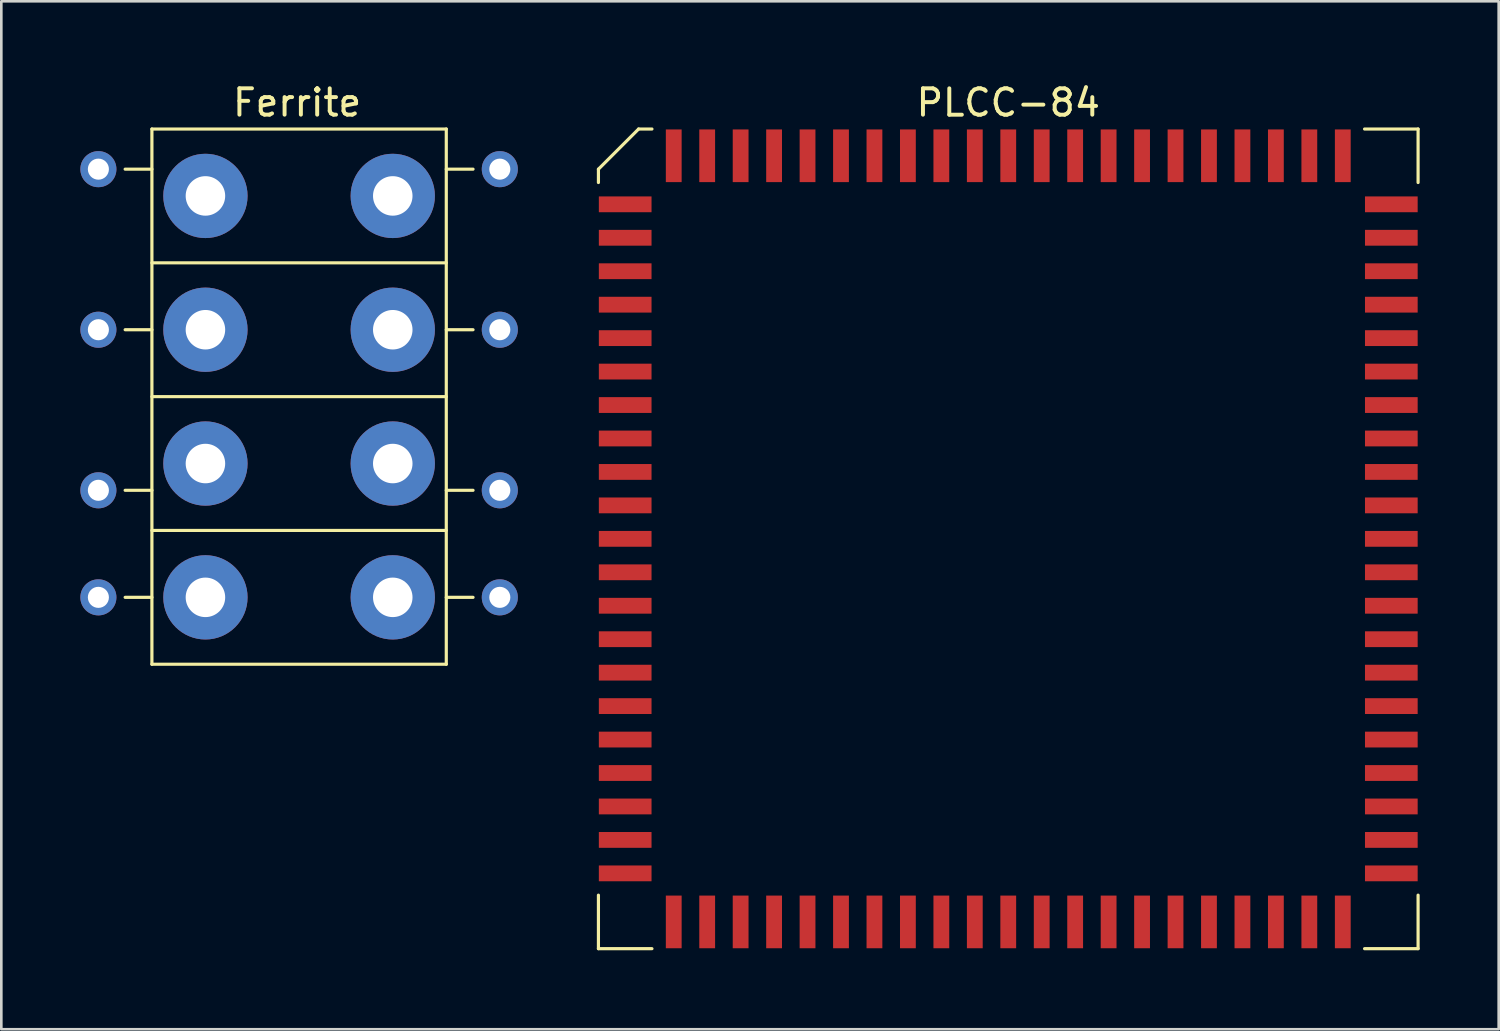
<source format=kicad_pcb>
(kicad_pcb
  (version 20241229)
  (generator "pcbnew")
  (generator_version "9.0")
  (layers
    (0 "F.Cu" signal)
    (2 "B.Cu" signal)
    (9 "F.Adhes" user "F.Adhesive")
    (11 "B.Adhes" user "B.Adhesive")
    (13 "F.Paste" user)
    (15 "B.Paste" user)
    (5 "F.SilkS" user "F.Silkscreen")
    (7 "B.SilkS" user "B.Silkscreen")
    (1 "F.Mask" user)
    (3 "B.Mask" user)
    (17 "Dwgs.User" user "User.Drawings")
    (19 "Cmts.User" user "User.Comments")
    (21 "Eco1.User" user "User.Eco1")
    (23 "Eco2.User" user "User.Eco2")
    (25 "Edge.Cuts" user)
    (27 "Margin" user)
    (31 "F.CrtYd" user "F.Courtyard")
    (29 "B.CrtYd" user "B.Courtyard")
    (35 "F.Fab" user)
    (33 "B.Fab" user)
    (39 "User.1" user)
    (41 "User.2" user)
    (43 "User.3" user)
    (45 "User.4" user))
  (footprint "PLCC-84"
    (layer "F.Cu")
    (at 35.228 17.407)
    (property "Reference" "PLCC-84" (at 0 -16.558 0) (layer "F.SilkS") (effects (font (size 1 1) (thickness 0.15))))
    (attr smd)
    (fp_line (start -15.559 -14.034) (end -14.034 -15.559) (stroke (width 0.12) (type solid)) (layer "F.SilkS"))
    (fp_line (start -15.559 -13.527) (end -15.559 -14.034) (stroke (width 0.12) (type solid)) (layer "F.SilkS"))
    (fp_line (start -15.559 15.559) (end -15.559 13.527) (stroke (width 0.12) (type solid)) (layer "F.SilkS"))
    (fp_line (start -14.034 -15.559) (end -13.527 -15.559) (stroke (width 0.12) (type solid)) (layer "F.SilkS"))
    (fp_line (start -13.527 15.559) (end -15.559 15.559) (stroke (width 0.12) (type solid)) (layer "F.SilkS"))
    (fp_line (start 13.527 -15.559) (end 15.559 -15.559) (stroke (width 0.12) (type solid)) (layer "F.SilkS"))
    (fp_line (start 15.559 -15.559) (end 15.559 -13.527) (stroke (width 0.12) (type solid)) (layer "F.SilkS"))
    (fp_line (start 15.559 13.527) (end 15.559 15.559) (stroke (width 0.12) (type solid)) (layer "F.SilkS"))
    (fp_line (start 15.559 15.559) (end 13.527 15.559) (stroke (width 0.12) (type solid)) (layer "F.SilkS"))
    (pad "1" smd rect (at 0 -14.543) (size 0.6 2) (layers "F.Cu" "F.Mask" "F.Paste"))
    (pad "2" smd rect (at -1.27 -14.543) (size 0.6 2) (layers "F.Cu" "F.Mask" "F.Paste"))
    (pad "3" smd rect (at -2.54 -14.543) (size 0.6 2) (layers "F.Cu" "F.Mask" "F.Paste"))
    (pad "4" smd rect (at -3.81 -14.543) (size 0.6 2) (layers "F.Cu" "F.Mask" "F.Paste"))
    (pad "5" smd rect (at -5.08 -14.543) (size 0.6 2) (layers "F.Cu" "F.Mask" "F.Paste"))
    (pad "6" smd rect (at -6.35 -14.543) (size 0.6 2) (layers "F.Cu" "F.Mask" "F.Paste"))
    (pad "7" smd rect (at -7.62 -14.543) (size 0.6 2) (layers "F.Cu" "F.Mask" "F.Paste"))
    (pad "8" smd rect (at -8.89 -14.543) (size 0.6 2) (layers "F.Cu" "F.Mask" "F.Paste"))
    (pad "9" smd rect (at -10.16 -14.543) (size 0.6 2) (layers "F.Cu" "F.Mask" "F.Paste"))
    (pad "10" smd rect (at -11.43 -14.543) (size 0.6 2) (layers "F.Cu" "F.Mask" "F.Paste"))
    (pad "11" smd rect (at -12.7 -14.543) (size 0.6 2) (layers "F.Cu" "F.Mask" "F.Paste"))
    (pad "12" smd rect (at -14.543 -12.7) (size 2 0.6) (layers "F.Cu" "F.Mask" "F.Paste"))
    (pad "13" smd rect (at -14.543 -11.43) (size 2 0.6) (layers "F.Cu" "F.Mask" "F.Paste"))
    (pad "14" smd rect (at -14.543 -10.16) (size 2 0.6) (layers "F.Cu" "F.Mask" "F.Paste"))
    (pad "15" smd rect (at -14.543 -8.89) (size 2 0.6) (layers "F.Cu" "F.Mask" "F.Paste"))
    (pad "16" smd rect (at -14.543 -7.62) (size 2 0.6) (layers "F.Cu" "F.Mask" "F.Paste"))
    (pad "17" smd rect (at -14.543 -6.35) (size 2 0.6) (layers "F.Cu" "F.Mask" "F.Paste"))
    (pad "18" smd rect (at -14.543 -5.08) (size 2 0.6) (layers "F.Cu" "F.Mask" "F.Paste"))
    (pad "19" smd rect (at -14.543 -3.81) (size 2 0.6) (layers "F.Cu" "F.Mask" "F.Paste"))
    (pad "20" smd rect (at -14.543 -2.54) (size 2 0.6) (layers "F.Cu" "F.Mask" "F.Paste"))
    (pad "21" smd rect (at -14.543 -1.27) (size 2 0.6) (layers "F.Cu" "F.Mask" "F.Paste"))
    (pad "22" smd rect (at -14.543 0) (size 2 0.6) (layers "F.Cu" "F.Mask" "F.Paste"))
    (pad "23" smd rect (at -14.543 1.27) (size 2 0.6) (layers "F.Cu" "F.Mask" "F.Paste"))
    (pad "24" smd rect (at -14.543 2.54) (size 2 0.6) (layers "F.Cu" "F.Mask" "F.Paste"))
    (pad "25" smd rect (at -14.543 3.81) (size 2 0.6) (layers "F.Cu" "F.Mask" "F.Paste"))
    (pad "26" smd rect (at -14.543 5.08) (size 2 0.6) (layers "F.Cu" "F.Mask" "F.Paste"))
    (pad "27" smd rect (at -14.543 6.35) (size 2 0.6) (layers "F.Cu" "F.Mask" "F.Paste"))
    (pad "28" smd rect (at -14.543 7.62) (size 2 0.6) (layers "F.Cu" "F.Mask" "F.Paste"))
    (pad "29" smd rect (at -14.543 8.89) (size 2 0.6) (layers "F.Cu" "F.Mask" "F.Paste"))
    (pad "30" smd rect (at -14.543 10.16) (size 2 0.6) (layers "F.Cu" "F.Mask" "F.Paste"))
    (pad "31" smd rect (at -14.543 11.43) (size 2 0.6) (layers "F.Cu" "F.Mask" "F.Paste"))
    (pad "32" smd rect (at -14.543 12.7) (size 2 0.6) (layers "F.Cu" "F.Mask" "F.Paste"))
    (pad "33" smd rect (at -12.7 14.543) (size 0.6 2) (layers "F.Cu" "F.Mask" "F.Paste"))
    (pad "34" smd rect (at -11.43 14.543) (size 0.6 2) (layers "F.Cu" "F.Mask" "F.Paste"))
    (pad "35" smd rect (at -10.16 14.543) (size 0.6 2) (layers "F.Cu" "F.Mask" "F.Paste"))
    (pad "36" smd rect (at -8.89 14.543) (size 0.6 2) (layers "F.Cu" "F.Mask" "F.Paste"))
    (pad "37" smd rect (at -7.62 14.543) (size 0.6 2) (layers "F.Cu" "F.Mask" "F.Paste"))
    (pad "38" smd rect (at -6.35 14.543) (size 0.6 2) (layers "F.Cu" "F.Mask" "F.Paste"))
    (pad "39" smd rect (at -5.08 14.543) (size 0.6 2) (layers "F.Cu" "F.Mask" "F.Paste"))
    (pad "40" smd rect (at -3.81 14.543) (size 0.6 2) (layers "F.Cu" "F.Mask" "F.Paste"))
    (pad "41" smd rect (at -2.54 14.543) (size 0.6 2) (layers "F.Cu" "F.Mask" "F.Paste"))
    (pad "42" smd rect (at -1.27 14.543) (size 0.6 2) (layers "F.Cu" "F.Mask" "F.Paste"))
    (pad "43" smd rect (at 0 14.543) (size 0.6 2) (layers "F.Cu" "F.Mask" "F.Paste"))
    (pad "44" smd rect (at 1.27 14.543) (size 0.6 2) (layers "F.Cu" "F.Mask" "F.Paste"))
    (pad "45" smd rect (at 2.54 14.543) (size 0.6 2) (layers "F.Cu" "F.Mask" "F.Paste"))
    (pad "46" smd rect (at 3.81 14.543) (size 0.6 2) (layers "F.Cu" "F.Mask" "F.Paste"))
    (pad "47" smd rect (at 5.08 14.543) (size 0.6 2) (layers "F.Cu" "F.Mask" "F.Paste"))
    (pad "48" smd rect (at 6.35 14.543) (size 0.6 2) (layers "F.Cu" "F.Mask" "F.Paste"))
    (pad "49" smd rect (at 7.62 14.543) (size 0.6 2) (layers "F.Cu" "F.Mask" "F.Paste"))
    (pad "50" smd rect (at 8.89 14.543) (size 0.6 2) (layers "F.Cu" "F.Mask" "F.Paste"))
    (pad "51" smd rect (at 10.16 14.543) (size 0.6 2) (layers "F.Cu" "F.Mask" "F.Paste"))
    (pad "52" smd rect (at 11.43 14.543) (size 0.6 2) (layers "F.Cu" "F.Mask" "F.Paste"))
    (pad "53" smd rect (at 12.7 14.543) (size 0.6 2) (layers "F.Cu" "F.Mask" "F.Paste"))
    (pad "54" smd rect (at 14.543 12.7) (size 2 0.6) (layers "F.Cu" "F.Mask" "F.Paste"))
    (pad "55" smd rect (at 14.543 11.43) (size 2 0.6) (layers "F.Cu" "F.Mask" "F.Paste"))
    (pad "56" smd rect (at 14.543 10.16) (size 2 0.6) (layers "F.Cu" "F.Mask" "F.Paste"))
    (pad "57" smd rect (at 14.543 8.89) (size 2 0.6) (layers "F.Cu" "F.Mask" "F.Paste"))
    (pad "58" smd rect (at 14.543 7.62) (size 2 0.6) (layers "F.Cu" "F.Mask" "F.Paste"))
    (pad "59" smd rect (at 14.543 6.35) (size 2 0.6) (layers "F.Cu" "F.Mask" "F.Paste"))
    (pad "60" smd rect (at 14.543 5.08) (size 2 0.6) (layers "F.Cu" "F.Mask" "F.Paste"))
    (pad "61" smd rect (at 14.543 3.81) (size 2 0.6) (layers "F.Cu" "F.Mask" "F.Paste"))
    (pad "62" smd rect (at 14.543 2.54) (size 2 0.6) (layers "F.Cu" "F.Mask" "F.Paste"))
    (pad "63" smd rect (at 14.543 1.27) (size 2 0.6) (layers "F.Cu" "F.Mask" "F.Paste"))
    (pad "64" smd rect (at 14.543 0) (size 2 0.6) (layers "F.Cu" "F.Mask" "F.Paste"))
    (pad "65" smd rect (at 14.543 -1.27) (size 2 0.6) (layers "F.Cu" "F.Mask" "F.Paste"))
    (pad "66" smd rect (at 14.543 -2.54) (size 2 0.6) (layers "F.Cu" "F.Mask" "F.Paste"))
    (pad "67" smd rect (at 14.543 -3.81) (size 2 0.6) (layers "F.Cu" "F.Mask" "F.Paste"))
    (pad "68" smd rect (at 14.543 -5.08) (size 2 0.6) (layers "F.Cu" "F.Mask" "F.Paste"))
    (pad "69" smd rect (at 14.543 -6.35) (size 2 0.6) (layers "F.Cu" "F.Mask" "F.Paste"))
    (pad "70" smd rect (at 14.543 -7.62) (size 2 0.6) (layers "F.Cu" "F.Mask" "F.Paste"))
    (pad "71" smd rect (at 14.543 -8.89) (size 2 0.6) (layers "F.Cu" "F.Mask" "F.Paste"))
    (pad "72" smd rect (at 14.543 -10.16) (size 2 0.6) (layers "F.Cu" "F.Mask" "F.Paste"))
    (pad "73" smd rect (at 14.543 -11.43) (size 2 0.6) (layers "F.Cu" "F.Mask" "F.Paste"))
    (pad "74" smd rect (at 14.543 -12.7) (size 2 0.6) (layers "F.Cu" "F.Mask" "F.Paste"))
    (pad "75" smd rect (at 12.7 -14.543) (size 0.6 2) (layers "F.Cu" "F.Mask" "F.Paste"))
    (pad "76" smd rect (at 11.43 -14.543) (size 0.6 2) (layers "F.Cu" "F.Mask" "F.Paste"))
    (pad "77" smd rect (at 10.16 -14.543) (size 0.6 2) (layers "F.Cu" "F.Mask" "F.Paste"))
    (pad "78" smd rect (at 8.89 -14.543) (size 0.6 2) (layers "F.Cu" "F.Mask" "F.Paste"))
    (pad "79" smd rect (at 7.62 -14.543) (size 0.6 2) (layers "F.Cu" "F.Mask" "F.Paste"))
    (pad "80" smd rect (at 6.35 -14.543) (size 0.6 2) (layers "F.Cu" "F.Mask" "F.Paste"))
    (pad "81" smd rect (at 5.08 -14.543) (size 0.6 2) (layers "F.Cu" "F.Mask" "F.Paste"))
    (pad "82" smd rect (at 3.81 -14.543) (size 0.6 2) (layers "F.Cu" "F.Mask" "F.Paste"))
    (pad "83" smd rect (at 2.54 -14.543) (size 0.6 2) (layers "F.Cu" "F.Mask" "F.Paste"))
    (pad "84" smd rect (at 1.27 -14.543) (size 0.6 2) (layers "F.Cu" "F.Mask" "F.Paste")))
  (footprint "Ferrite"
    (layer "F.Cu")
    (at 4.749 19.628)
    (property "Reference" "Ferrite" (at 3.481 -18.78 180) (layer "F.SilkS") (effects (font (size 1 1) (thickness 0.15))))
    (attr through_hole)
    (fp_line (start -2.032 -17.78) (end 9.144 -17.78) (stroke (width 0.12) (type solid)) (layer "F.SilkS"))
    (fp_line (start -2.032 -16.256) (end -3.048 -16.256) (stroke (width 0.12) (type solid)) (layer "F.SilkS"))
    (fp_line (start -2.032 -12.7) (end 9.144 -12.7) (stroke (width 0.12) (type solid)) (layer "F.SilkS"))
    (fp_line (start -2.032 -10.16) (end -3.048 -10.16) (stroke (width 0.12) (type solid)) (layer "F.SilkS"))
    (fp_line (start -2.032 -7.62) (end 9.144 -7.62) (stroke (width 0.12) (type solid)) (layer "F.SilkS"))
    (fp_line (start -2.032 -4.064) (end -3.048 -4.064) (stroke (width 0.12) (type solid)) (layer "F.SilkS"))
    (fp_line (start -2.032 -2.54) (end 9.144 -2.54) (stroke (width 0.12) (type solid)) (layer "F.SilkS"))
    (fp_line (start -2.032 0) (end -3.048 0) (stroke (width 0.12) (type solid)) (layer "F.SilkS"))
    (fp_line (start -2.032 2.54) (end -2.032 -17.78) (stroke (width 0.12) (type solid)) (layer "F.SilkS"))
    (fp_line (start 9.144 -17.78) (end 9.144 2.54) (stroke (width 0.12) (type solid)) (layer "F.SilkS"))
    (fp_line (start 9.144 -16.256) (end 10.16 -16.256) (stroke (width 0.12) (type solid)) (layer "F.SilkS"))
    (fp_line (start 9.144 -10.16) (end 10.16 -10.16) (stroke (width 0.12) (type solid)) (layer "F.SilkS"))
    (fp_line (start 9.144 -4.064) (end 10.16 -4.064) (stroke (width 0.12) (type solid)) (layer "F.SilkS"))
    (fp_line (start 9.144 0) (end 10.16 0) (stroke (width 0.12) (type solid)) (layer "F.SilkS"))
    (fp_line (start 9.144 2.54) (end -2.032 2.54) (stroke (width 0.12) (type solid)) (layer "F.SilkS"))
    (pad "1" thru_hole circle (at -4.064 0) (size 1.37 1.37) (drill 0.8) (layers "*.Cu" "*.Mask"))
    (pad "1" thru_hole circle (at 0 0) (size 1.9 1.9) (drill 1.5) (layers "*.Cu" "*.Mask"))
    (pad "1" connect circle (at 0 0) (size 3.2 3.2) (layers "F.Cu" "F.Mask"))
    (pad "1" connect circle (at 0 0) (size 3.2 3.2) (layers "B.Cu" "B.Mask"))
    (pad "2" thru_hole circle (at 7.112 0) (size 1.9 1.9) (drill 1.5) (layers "*.Cu" "*.Mask"))
    (pad "2" connect circle (at 7.112 0) (size 3.2 3.2) (layers "F.Cu" "F.Mask"))
    (pad "2" connect circle (at 7.112 0) (size 3.2 3.2) (layers "B.Cu" "B.Mask"))
    (pad "2" thru_hole circle (at 11.176 0) (size 1.37 1.37) (drill 0.8) (layers "*.Cu" "*.Mask"))
    (pad "3" thru_hole circle (at -4.064 -16.256) (size 1.37 1.37) (drill 0.8) (layers "*.Cu" "*.Mask"))
    (pad "3" thru_hole circle (at 0 -15.24) (size 1.9 1.9) (drill 1.5) (layers "*.Cu" "*.Mask"))
    (pad "3" connect circle (at 0 -15.24) (size 3.2 3.2) (layers "F.Cu" "F.Mask"))
    (pad "3" connect circle (at 0 -15.24) (size 3.2 3.2) (layers "B.Cu" "B.Mask"))
    (pad "4" thru_hole circle (at 7.112 -15.24) (size 1.9 1.9) (drill 1.5) (layers "*.Cu" "*.Mask"))
    (pad "4" connect circle (at 7.112 -15.24) (size 3.2 3.2) (layers "F.Cu" "F.Mask"))
    (pad "4" connect circle (at 7.112 -15.24) (size 3.2 3.2) (layers "B.Cu" "B.Mask"))
    (pad "4" thru_hole circle (at 11.176 -16.256) (size 1.37 1.37) (drill 0.8) (layers "*.Cu" "*.Mask"))
    (pad "5" thru_hole circle (at -4.064 -4.064) (size 1.37 1.37) (drill 0.8) (layers "*.Cu" "*.Mask"))
    (pad "5" thru_hole circle (at 0 -5.08) (size 1.9 1.9) (drill 1.5) (layers "*.Cu" "*.Mask"))
    (pad "5" connect circle (at 0 -5.08) (size 3.2 3.2) (layers "F.Cu" "F.Mask"))
    (pad "5" connect circle (at 0 -5.08) (size 3.2 3.2) (layers "B.Cu" "B.Mask"))
    (pad "6" thru_hole circle (at 7.112 -5.08) (size 1.9 1.9) (drill 1.5) (layers "*.Cu" "*.Mask"))
    (pad "6" connect circle (at 7.112 -5.08) (size 3.2 3.2) (layers "F.Cu" "F.Mask"))
    (pad "6" connect circle (at 7.112 -5.08) (size 3.2 3.2) (layers "B.Cu" "B.Mask"))
    (pad "6" thru_hole circle (at 11.176 -4.064) (size 1.37 1.37) (drill 0.8) (layers "*.Cu" "*.Mask"))
    (pad "7" thru_hole circle (at -4.064 -10.16) (size 1.37 1.37) (drill 0.8) (layers "*.Cu" "*.Mask"))
    (pad "7" thru_hole circle (at 0 -10.16) (size 1.9 1.9) (drill 1.5) (layers "*.Cu" "*.Mask"))
    (pad "7" connect circle (at 0 -10.16) (size 3.2 3.2) (layers "F.Cu" "F.Mask"))
    (pad "7" connect circle (at 0 -10.16) (size 3.2 3.2) (layers "B.Cu" "B.Mask"))
    (pad "8" thru_hole circle (at 7.112 -10.16) (size 1.9 1.9) (drill 1.5) (layers "*.Cu" "*.Mask"))
    (pad "8" connect circle (at 7.112 -10.16) (size 3.2 3.2) (layers "F.Cu" "F.Mask"))
    (pad "8" connect circle (at 7.112 -10.16) (size 3.2 3.2) (layers "B.Cu" "B.Mask"))
    (pad "8" thru_hole circle (at 11.176 -10.16) (size 1.37 1.37) (drill 0.8) (layers "*.Cu" "*.Mask")))
  (gr_rect
    (start -3 -3)
    (end 53.847 36.025)
    (stroke (width 0.1) (type default))
    (fill no)
    (layer "Edge.Cuts")))
</source>
